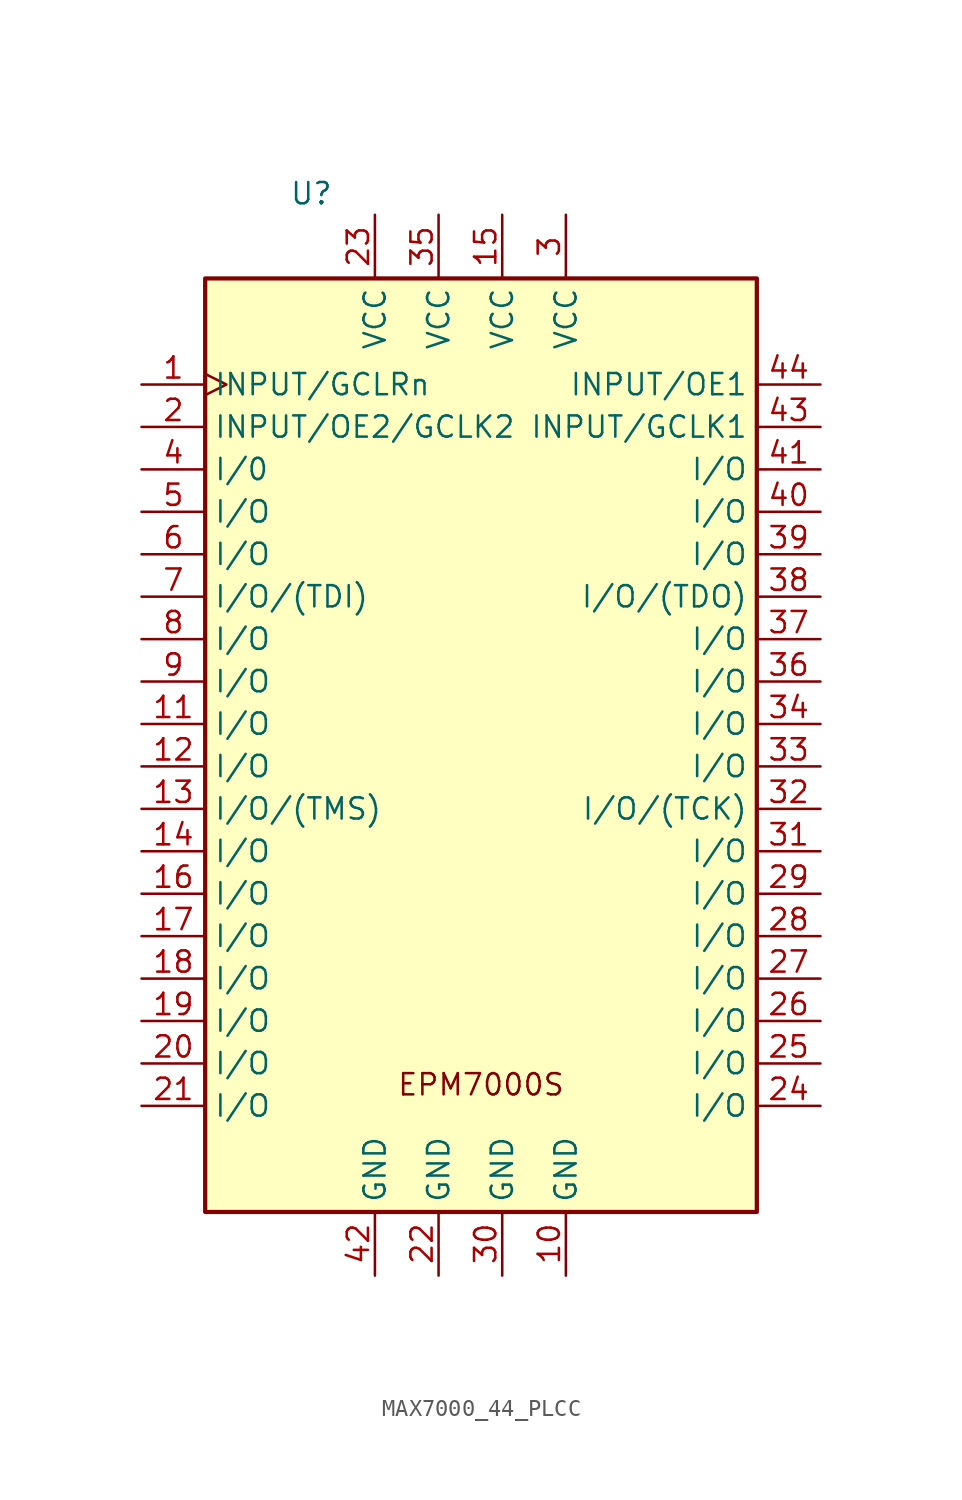
<source format=kicad_sym>
(kicad_symbol_lib
  (version 20220914)
  (generator kicad_symbol_editor)
  (symbol "MAX7000_44_PLCC"
    (property "Reference" "U"
      (at -8.89 35.56 0)
      (effects (font (size 1.27 1.27))))
    (property "Value" ""
      (at 0 0 0)
      (effects (font (size 1.27 1.27))))
    (symbol "MAX7000_44_PLCC_0_1"
      (rectangle (start -15.24 30.48) (end 17.78 -25.4) (stroke (width 0.254) (type default)) (fill (type background))))
    (symbol "MAX7000_44_PLCC_1_1"
      (text "EPM7000S" (at 1.27 -17.78 0) (effects (font (size 1.27 1.27))))
      (pin input clock (at -19.05 24.13 0) (length 3.81) (name "INPUT/GCLRn" (effects (font (size 1.27 1.27)))) (number "1" (effects (font (size 1.27 1.27)))))
      (pin power_in line (at 6.35 -29.21 90) (length 3.81) (name "GND" (effects (font (size 1.27 1.27)))) (number "10" (effects (font (size 1.27 1.27)))))
      (pin bidirectional line (at -19.05 3.81 0) (length 3.81) (name "I/O" (effects (font (size 1.27 1.27)))) (number "11" (effects (font (size 1.27 1.27)))))
      (pin bidirectional line (at -19.05 1.27 0) (length 3.81) (name "I/O" (effects (font (size 1.27 1.27)))) (number "12" (effects (font (size 1.27 1.27)))))
      (pin bidirectional line (at -19.05 -1.27 0) (length 3.81) (name "I/O/(TMS)" (effects (font (size 1.27 1.27)))) (number "13" (effects (font (size 1.27 1.27)))))
      (pin bidirectional line (at -19.05 -3.81 0) (length 3.81) (name "I/O" (effects (font (size 1.27 1.27)))) (number "14" (effects (font (size 1.27 1.27)))))
      (pin power_in line (at 2.54 34.29 270) (length 3.81) (name "VCC" (effects (font (size 1.27 1.27)))) (number "15" (effects (font (size 1.27 1.27)))))
      (pin bidirectional line (at -19.05 -6.35 0) (length 3.81) (name "I/O" (effects (font (size 1.27 1.27)))) (number "16" (effects (font (size 1.27 1.27)))))
      (pin bidirectional line (at -19.05 -8.89 0) (length 3.81) (name "I/O" (effects (font (size 1.27 1.27)))) (number "17" (effects (font (size 1.27 1.27)))))
      (pin bidirectional line (at -19.05 -11.43 0) (length 3.81) (name "I/O" (effects (font (size 1.27 1.27)))) (number "18" (effects (font (size 1.27 1.27)))))
      (pin bidirectional line (at -19.05 -13.97 0) (length 3.81) (name "I/O" (effects (font (size 1.27 1.27)))) (number "19" (effects (font (size 1.27 1.27)))))
      (pin input line (at -19.05 21.59 0) (length 3.81) (name "INPUT/OE2/GCLK2" (effects (font (size 1.27 1.27)))) (number "2" (effects (font (size 1.27 1.27)))))
      (pin bidirectional line (at -19.05 -16.51 0) (length 3.81) (name "I/O" (effects (font (size 1.27 1.27)))) (number "20" (effects (font (size 1.27 1.27)))))
      (pin bidirectional line (at -19.05 -19.05 0) (length 3.81) (name "I/O" (effects (font (size 1.27 1.27)))) (number "21" (effects (font (size 1.27 1.27)))))
      (pin power_in line (at -1.27 -29.21 90) (length 3.81) (name "GND" (effects (font (size 1.27 1.27)))) (number "22" (effects (font (size 1.27 1.27)))))
      (pin power_in line (at -5.08 34.29 270) (length 3.81) (name "VCC" (effects (font (size 1.27 1.27)))) (number "23" (effects (font (size 1.27 1.27)))))
      (pin bidirectional line (at 21.59 -19.05 180) (length 3.81) (name "I/O" (effects (font (size 1.27 1.27)))) (number "24" (effects (font (size 1.27 1.27)))))
      (pin bidirectional line (at 21.59 -16.51 180) (length 3.81) (name "I/O" (effects (font (size 1.27 1.27)))) (number "25" (effects (font (size 1.27 1.27)))))
      (pin bidirectional line (at 21.59 -13.97 180) (length 3.81) (name "I/O" (effects (font (size 1.27 1.27)))) (number "26" (effects (font (size 1.27 1.27)))))
      (pin bidirectional line (at 21.59 -11.43 180) (length 3.81) (name "I/O" (effects (font (size 1.27 1.27)))) (number "27" (effects (font (size 1.27 1.27)))))
      (pin bidirectional line (at 21.59 -8.89 180) (length 3.81) (name "I/O" (effects (font (size 1.27 1.27)))) (number "28" (effects (font (size 1.27 1.27)))))
      (pin bidirectional line (at 21.59 -6.35 180) (length 3.81) (name "I/O" (effects (font (size 1.27 1.27)))) (number "29" (effects (font (size 1.27 1.27)))))
      (pin power_in line (at 6.35 34.29 270) (length 3.81) (name "VCC" (effects (font (size 1.27 1.27)))) (number "3" (effects (font (size 1.27 1.27)))))
      (pin power_in line (at 2.54 -29.21 90) (length 3.81) (name "GND" (effects (font (size 1.27 1.27)))) (number "30" (effects (font (size 1.27 1.27)))))
      (pin bidirectional line (at 21.59 -3.81 180) (length 3.81) (name "I/O" (effects (font (size 1.27 1.27)))) (number "31" (effects (font (size 1.27 1.27)))))
      (pin bidirectional line (at 21.59 -1.27 180) (length 3.81) (name "I/O/(TCK)" (effects (font (size 1.27 1.27)))) (number "32" (effects (font (size 1.27 1.27)))))
      (pin bidirectional line (at 21.59 1.27 180) (length 3.81) (name "I/O" (effects (font (size 1.27 1.27)))) (number "33" (effects (font (size 1.27 1.27)))))
      (pin bidirectional line (at 21.59 3.81 180) (length 3.81) (name "I/O" (effects (font (size 1.27 1.27)))) (number "34" (effects (font (size 1.27 1.27)))))
      (pin power_in line (at -1.27 34.29 270) (length 3.81) (name "VCC" (effects (font (size 1.27 1.27)))) (number "35" (effects (font (size 1.27 1.27)))))
      (pin bidirectional line (at 21.59 6.35 180) (length 3.81) (name "I/O" (effects (font (size 1.27 1.27)))) (number "36" (effects (font (size 1.27 1.27)))))
      (pin bidirectional line (at 21.59 8.89 180) (length 3.81) (name "I/O" (effects (font (size 1.27 1.27)))) (number "37" (effects (font (size 1.27 1.27)))))
      (pin bidirectional line (at 21.59 11.43 180) (length 3.81) (name "I/O/(TDO)" (effects (font (size 1.27 1.27)))) (number "38" (effects (font (size 1.27 1.27)))))
      (pin bidirectional line (at 21.59 13.97 180) (length 3.81) (name "I/O" (effects (font (size 1.27 1.27)))) (number "39" (effects (font (size 1.27 1.27)))))
      (pin bidirectional line (at -19.05 19.05 0) (length 3.81) (name "I/0" (effects (font (size 1.27 1.27)))) (number "4" (effects (font (size 1.27 1.27)))))
      (pin bidirectional line (at 21.59 16.51 180) (length 3.81) (name "I/O" (effects (font (size 1.27 1.27)))) (number "40" (effects (font (size 1.27 1.27)))))
      (pin bidirectional line (at 21.59 19.05 180) (length 3.81) (name "I/O" (effects (font (size 1.27 1.27)))) (number "41" (effects (font (size 1.27 1.27)))))
      (pin power_in line (at -5.08 -29.21 90) (length 3.81) (name "GND" (effects (font (size 1.27 1.27)))) (number "42" (effects (font (size 1.27 1.27)))))
      (pin input line (at 21.59 21.59 180) (length 3.81) (name "INPUT/GCLK1" (effects (font (size 1.27 1.27)))) (number "43" (effects (font (size 1.27 1.27)))))
      (pin input line (at 21.59 24.13 180) (length 3.81) (name "INPUT/OE1" (effects (font (size 1.27 1.27)))) (number "44" (effects (font (size 1.27 1.27)))))
      (pin bidirectional line (at -19.05 16.51 0) (length 3.81) (name "I/O" (effects (font (size 1.27 1.27)))) (number "5" (effects (font (size 1.27 1.27)))))
      (pin bidirectional line (at -19.05 13.97 0) (length 3.81) (name "I/O" (effects (font (size 1.27 1.27)))) (number "6" (effects (font (size 1.27 1.27)))))
      (pin bidirectional line (at -19.05 11.43 0) (length 3.81) (name "I/O/(TDI)" (effects (font (size 1.27 1.27)))) (number "7" (effects (font (size 1.27 1.27)))))
      (pin bidirectional line (at -19.05 8.89 0) (length 3.81) (name "I/O" (effects (font (size 1.27 1.27)))) (number "8" (effects (font (size 1.27 1.27)))))
      (pin bidirectional line (at -19.05 6.35 0) (length 3.81) (name "I/O" (effects (font (size 1.27 1.27)))) (number "9" (effects (font (size 1.27 1.27))))))))
</source>
